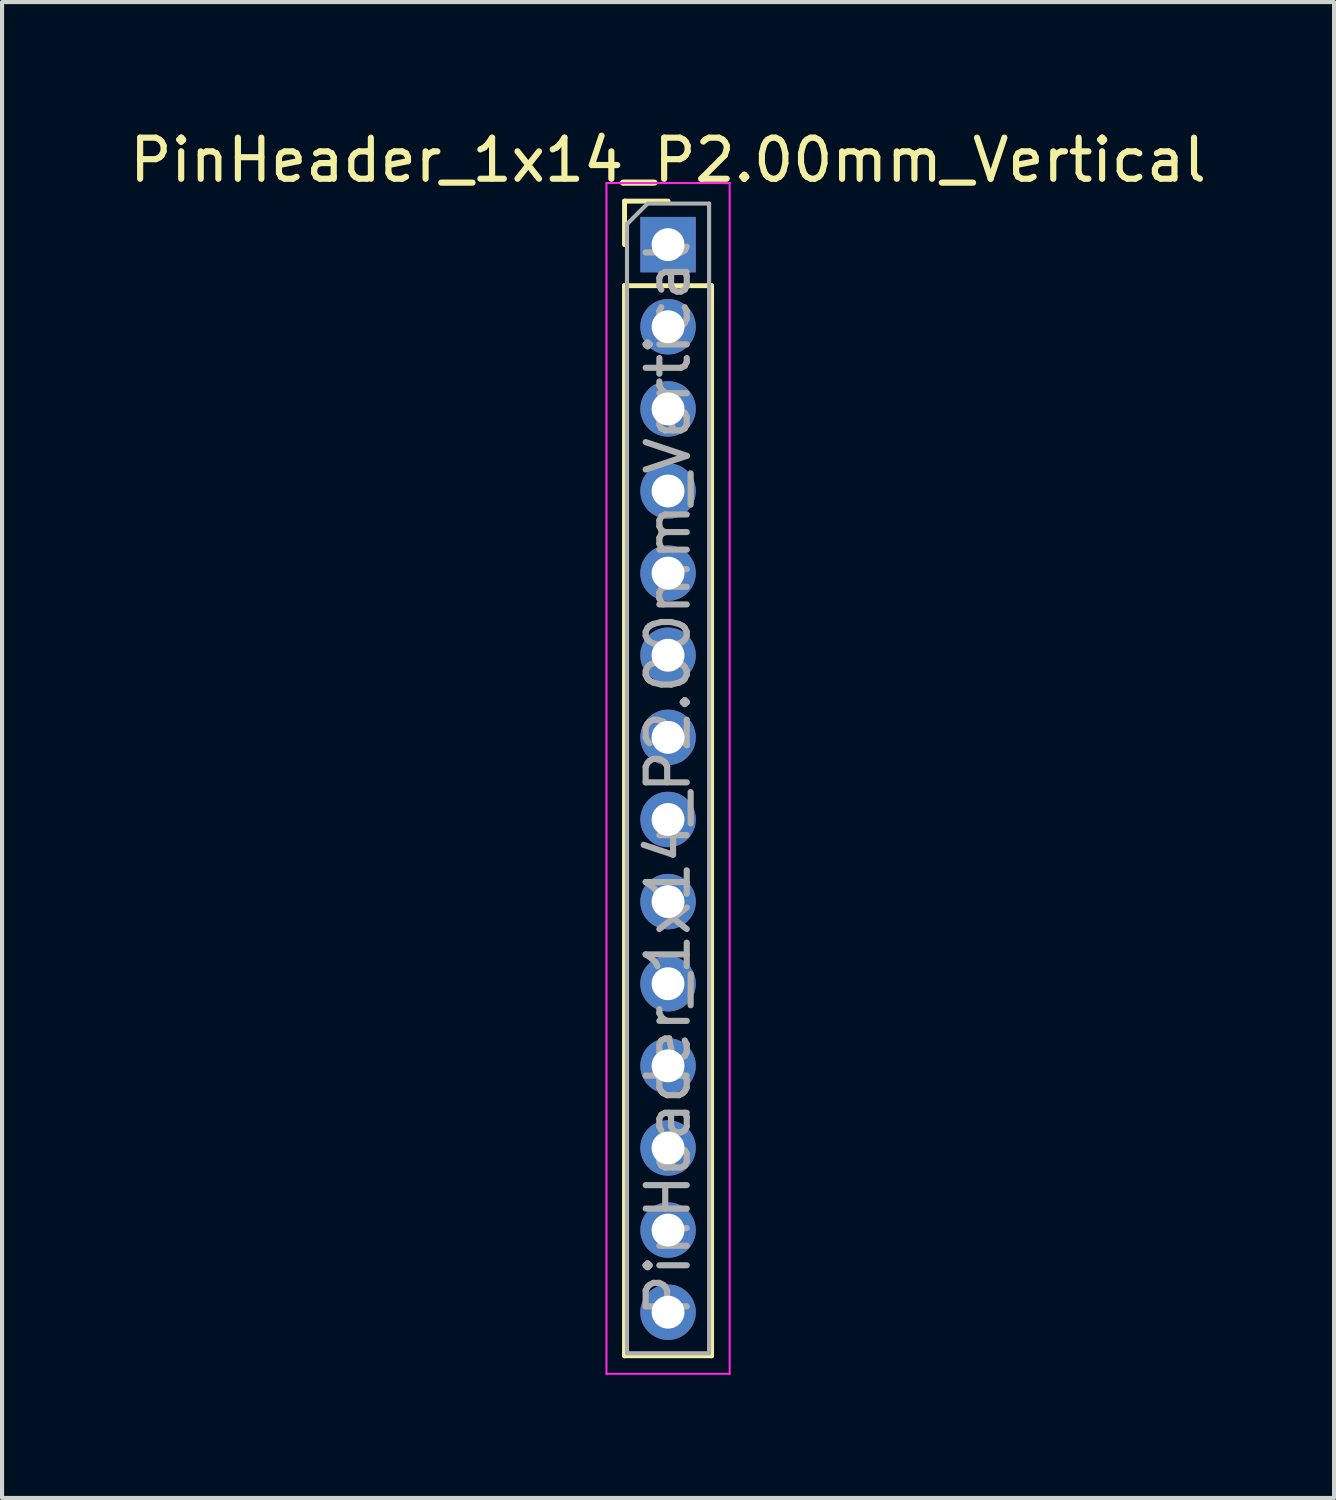
<source format=kicad_pcb>
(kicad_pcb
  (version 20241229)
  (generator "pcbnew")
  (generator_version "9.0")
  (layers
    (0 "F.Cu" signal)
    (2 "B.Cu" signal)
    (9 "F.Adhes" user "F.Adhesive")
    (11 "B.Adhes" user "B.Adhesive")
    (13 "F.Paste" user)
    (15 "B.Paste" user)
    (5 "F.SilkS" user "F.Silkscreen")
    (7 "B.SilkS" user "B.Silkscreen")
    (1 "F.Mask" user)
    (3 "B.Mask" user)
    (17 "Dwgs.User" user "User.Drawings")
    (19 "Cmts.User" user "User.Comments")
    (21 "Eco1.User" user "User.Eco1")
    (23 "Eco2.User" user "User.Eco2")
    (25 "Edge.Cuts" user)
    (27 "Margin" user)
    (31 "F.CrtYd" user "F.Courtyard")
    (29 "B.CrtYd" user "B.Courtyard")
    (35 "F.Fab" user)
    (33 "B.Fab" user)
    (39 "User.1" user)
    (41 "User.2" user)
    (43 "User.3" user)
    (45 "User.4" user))
  (footprint "PinHeader_1x14_P2.00mm_Vertical"
    (layer "F.Cu")
    (at 13.22 2.908)
    (property "Reference" "PinHeader_1x14_P2.00mm_Vertical" (at 0 -2.06 0) (layer "F.SilkS") (effects (font (size 1 1) (thickness 0.15))))
    (attr through_hole)
    (fp_line (start -1.06 -1.06) (end 0 -1.06) (stroke (width 0.12) (type solid)) (layer "F.SilkS"))
    (fp_line (start -1.06 0) (end -1.06 -1.06) (stroke (width 0.12) (type solid)) (layer "F.SilkS"))
    (fp_line (start -1.06 1) (end -1.06 27.06) (stroke (width 0.12) (type solid)) (layer "F.SilkS"))
    (fp_line (start -1.06 1) (end 1.06 1) (stroke (width 0.12) (type solid)) (layer "F.SilkS"))
    (fp_line (start -1.06 27.06) (end 1.06 27.06) (stroke (width 0.12) (type solid)) (layer "F.SilkS"))
    (fp_line (start 1.06 1) (end 1.06 27.06) (stroke (width 0.12) (type solid)) (layer "F.SilkS"))
    (fp_line (start -1.5 -1.5) (end -1.5 27.5) (stroke (width 0.05) (type solid)) (layer "F.CrtYd"))
    (fp_line (start -1.5 27.5) (end 1.5 27.5) (stroke (width 0.05) (type solid)) (layer "F.CrtYd"))
    (fp_line (start 1.5 -1.5) (end -1.5 -1.5) (stroke (width 0.05) (type solid)) (layer "F.CrtYd"))
    (fp_line (start 1.5 27.5) (end 1.5 -1.5) (stroke (width 0.05) (type solid)) (layer "F.CrtYd"))
    (fp_line (start -1 -0.5) (end -0.5 -1) (stroke (width 0.1) (type solid)) (layer "F.Fab"))
    (fp_line (start -1 27) (end -1 -0.5) (stroke (width 0.1) (type solid)) (layer "F.Fab"))
    (fp_line (start -0.5 -1) (end 1 -1) (stroke (width 0.1) (type solid)) (layer "F.Fab"))
    (fp_line (start 1 -1) (end 1 27) (stroke (width 0.1) (type solid)) (layer "F.Fab"))
    (fp_line (start 1 27) (end -1 27) (stroke (width 0.1) (type solid)) (layer "F.Fab"))
    (fp_text user "${REFERENCE}" (at 0 13 90) (layer "F.Fab") (effects (font (size 1 1) (thickness 0.15))))
    (pad "1" thru_hole rect (at 0 0) (size 1.35 1.35) (drill 0.8) (layers "*.Cu" "*.Mask"))
    (pad "2" thru_hole oval (at 0 2) (size 1.35 1.35) (drill 0.8) (layers "*.Cu" "*.Mask"))
    (pad "3" thru_hole oval (at 0 4) (size 1.35 1.35) (drill 0.8) (layers "*.Cu" "*.Mask"))
    (pad "4" thru_hole oval (at 0 6) (size 1.35 1.35) (drill 0.8) (layers "*.Cu" "*.Mask"))
    (pad "5" thru_hole oval (at 0 8) (size 1.35 1.35) (drill 0.8) (layers "*.Cu" "*.Mask"))
    (pad "6" thru_hole oval (at 0 10) (size 1.35 1.35) (drill 0.8) (layers "*.Cu" "*.Mask"))
    (pad "7" thru_hole oval (at 0 12) (size 1.35 1.35) (drill 0.8) (layers "*.Cu" "*.Mask"))
    (pad "8" thru_hole oval (at 0 14) (size 1.35 1.35) (drill 0.8) (layers "*.Cu" "*.Mask"))
    (pad "9" thru_hole oval (at 0 16) (size 1.35 1.35) (drill 0.8) (layers "*.Cu" "*.Mask"))
    (pad "10" thru_hole oval (at 0 18) (size 1.35 1.35) (drill 0.8) (layers "*.Cu" "*.Mask"))
    (pad "11" thru_hole oval (at 0 20) (size 1.35 1.35) (drill 0.8) (layers "*.Cu" "*.Mask"))
    (pad "12" thru_hole oval (at 0 22) (size 1.35 1.35) (drill 0.8) (layers "*.Cu" "*.Mask"))
    (pad "13" thru_hole oval (at 0 24) (size 1.35 1.35) (drill 0.8) (layers "*.Cu" "*.Mask"))
    (pad "14" thru_hole oval (at 0 26) (size 1.35 1.35) (drill 0.8) (layers "*.Cu" "*.Mask")))
  (gr_rect
    (start -3 -3)
    (end 29.44 33.433)
    (stroke (width 0.1) (type default))
    (fill no)
    (layer "Edge.Cuts")))
</source>
